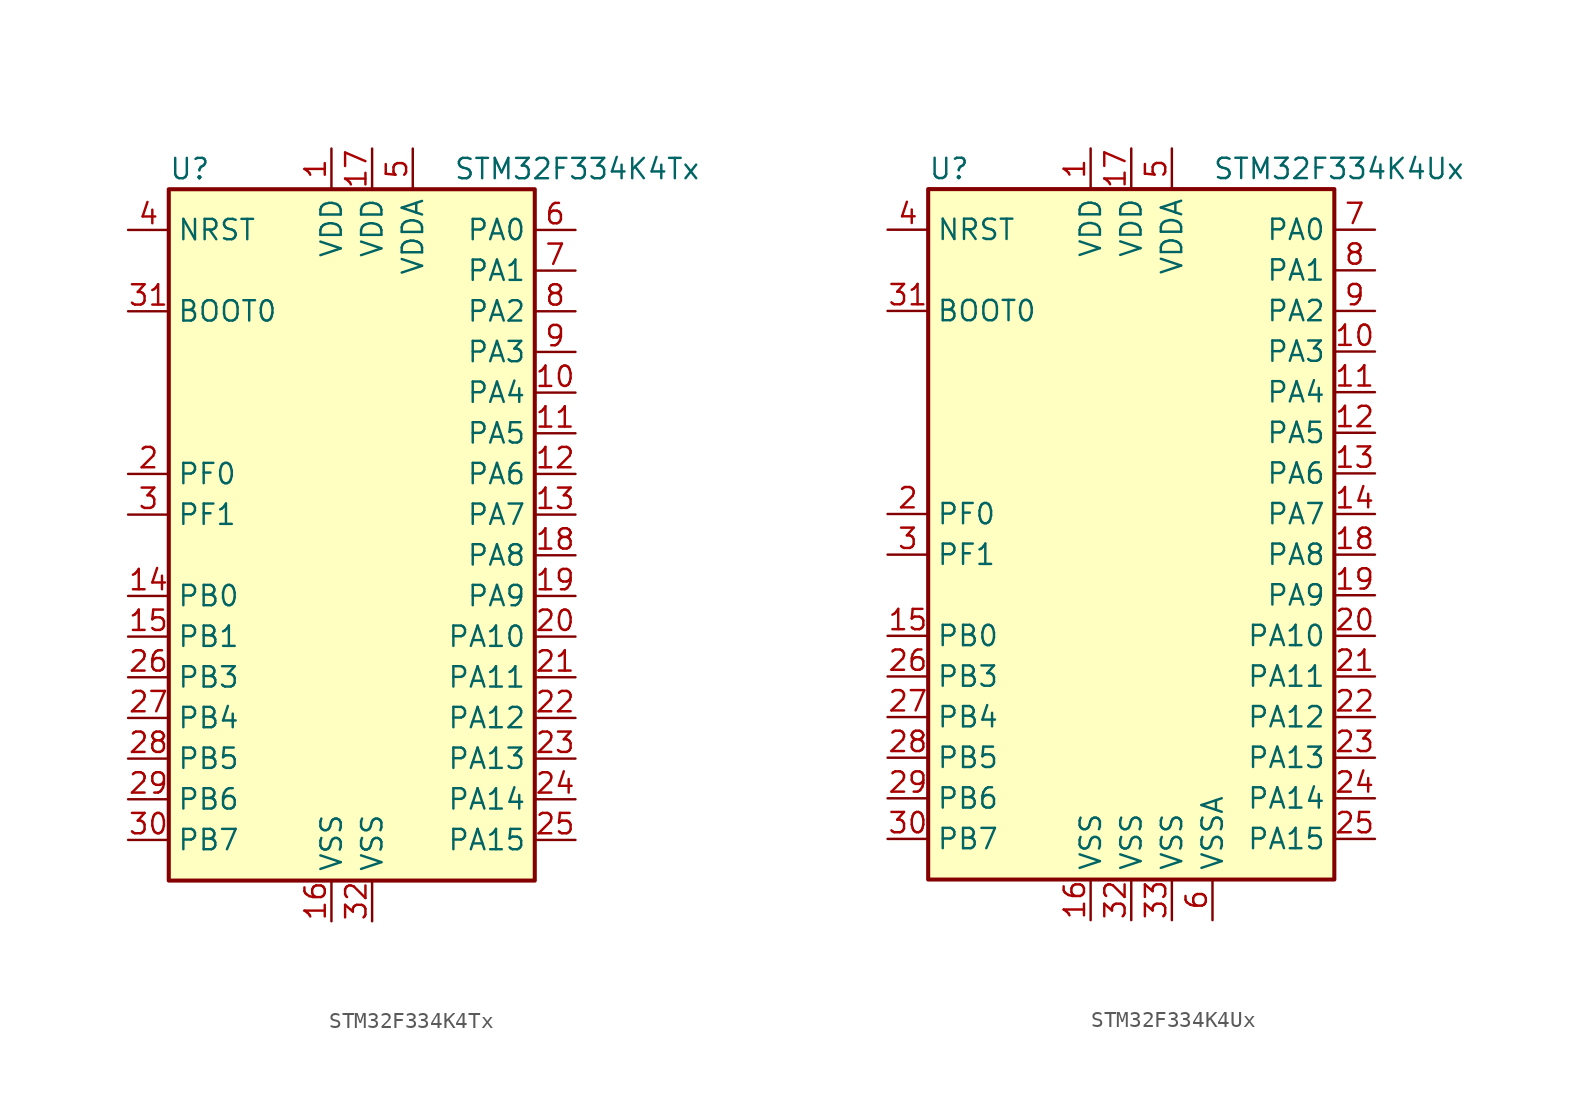
<source format=kicad_sym>
(kicad_symbol_lib
  (version 20201005)
  (generator kicad_symbol_editor)
  (symbol "STM32F334K4Tx"
    (property "Reference" "U"
      (at -12.7 21.59 0)
      (effects (font (size 1.27 1.27)) (justify left)))
    (property "Value" "STM32F334K4Tx"
      (at 5.08 21.59 0)
      (effects (font (size 1.27 1.27)) (justify left)))
    (symbol "STM32F334K4Tx_0_1"
      (rectangle (start -12.7 -22.86) (end 10.16 20.32) (stroke (width 0.254)) (fill (type background))))
    (symbol "STM32F334K4Tx_1_1"
      (pin input line (at -15.24 12.7 0) (length 2.54) (name "BOOT0" (effects (font (size 1.27 1.27)))) (number "31" (effects (font (size 1.27 1.27)))))
      (pin input line (at -15.24 17.78 0) (length 2.54) (name "NRST" (effects (font (size 1.27 1.27)))) (number "4" (effects (font (size 1.27 1.27)))))
      (pin bidirectional line (at 12.7 17.78 180) (length 2.54) (name "PA0" (effects (font (size 1.27 1.27)))) (number "6" (effects (font (size 1.27 1.27)))))
      (pin bidirectional line (at 12.7 15.24 180) (length 2.54) (name "PA1" (effects (font (size 1.27 1.27)))) (number "7" (effects (font (size 1.27 1.27)))))
      (pin bidirectional line (at 12.7 -7.62 180) (length 2.54) (name "PA10" (effects (font (size 1.27 1.27)))) (number "20" (effects (font (size 1.27 1.27)))))
      (pin bidirectional line (at 12.7 -10.16 180) (length 2.54) (name "PA11" (effects (font (size 1.27 1.27)))) (number "21" (effects (font (size 1.27 1.27)))))
      (pin bidirectional line (at 12.7 -12.7 180) (length 2.54) (name "PA12" (effects (font (size 1.27 1.27)))) (number "22" (effects (font (size 1.27 1.27)))))
      (pin bidirectional line (at 12.7 -15.24 180) (length 2.54) (name "PA13" (effects (font (size 1.27 1.27)))) (number "23" (effects (font (size 1.27 1.27)))))
      (pin bidirectional line (at 12.7 -17.78 180) (length 2.54) (name "PA14" (effects (font (size 1.27 1.27)))) (number "24" (effects (font (size 1.27 1.27)))))
      (pin bidirectional line (at 12.7 -20.32 180) (length 2.54) (name "PA15" (effects (font (size 1.27 1.27)))) (number "25" (effects (font (size 1.27 1.27)))))
      (pin bidirectional line (at 12.7 12.7 180) (length 2.54) (name "PA2" (effects (font (size 1.27 1.27)))) (number "8" (effects (font (size 1.27 1.27)))))
      (pin bidirectional line (at 12.7 10.16 180) (length 2.54) (name "PA3" (effects (font (size 1.27 1.27)))) (number "9" (effects (font (size 1.27 1.27)))))
      (pin bidirectional line (at 12.7 7.62 180) (length 2.54) (name "PA4" (effects (font (size 1.27 1.27)))) (number "10" (effects (font (size 1.27 1.27)))))
      (pin bidirectional line (at 12.7 5.08 180) (length 2.54) (name "PA5" (effects (font (size 1.27 1.27)))) (number "11" (effects (font (size 1.27 1.27)))))
      (pin bidirectional line (at 12.7 2.54 180) (length 2.54) (name "PA6" (effects (font (size 1.27 1.27)))) (number "12" (effects (font (size 1.27 1.27)))))
      (pin bidirectional line (at 12.7 0 180) (length 2.54) (name "PA7" (effects (font (size 1.27 1.27)))) (number "13" (effects (font (size 1.27 1.27)))))
      (pin bidirectional line (at 12.7 -2.54 180) (length 2.54) (name "PA8" (effects (font (size 1.27 1.27)))) (number "18" (effects (font (size 1.27 1.27)))))
      (pin bidirectional line (at 12.7 -5.08 180) (length 2.54) (name "PA9" (effects (font (size 1.27 1.27)))) (number "19" (effects (font (size 1.27 1.27)))))
      (pin bidirectional line (at -15.24 -5.08 0) (length 2.54) (name "PB0" (effects (font (size 1.27 1.27)))) (number "14" (effects (font (size 1.27 1.27)))))
      (pin bidirectional line (at -15.24 -7.62 0) (length 2.54) (name "PB1" (effects (font (size 1.27 1.27)))) (number "15" (effects (font (size 1.27 1.27)))))
      (pin bidirectional line (at -15.24 -10.16 0) (length 2.54) (name "PB3" (effects (font (size 1.27 1.27)))) (number "26" (effects (font (size 1.27 1.27)))))
      (pin bidirectional line (at -15.24 -12.7 0) (length 2.54) (name "PB4" (effects (font (size 1.27 1.27)))) (number "27" (effects (font (size 1.27 1.27)))))
      (pin bidirectional line (at -15.24 -15.24 0) (length 2.54) (name "PB5" (effects (font (size 1.27 1.27)))) (number "28" (effects (font (size 1.27 1.27)))))
      (pin bidirectional line (at -15.24 -17.78 0) (length 2.54) (name "PB6" (effects (font (size 1.27 1.27)))) (number "29" (effects (font (size 1.27 1.27)))))
      (pin bidirectional line (at -15.24 -20.32 0) (length 2.54) (name "PB7" (effects (font (size 1.27 1.27)))) (number "30" (effects (font (size 1.27 1.27)))))
      (pin input line (at -15.24 2.54 0) (length 2.54) (name "PF0" (effects (font (size 1.27 1.27)))) (number "2" (effects (font (size 1.27 1.27)))))
      (pin input line (at -15.24 0 0) (length 2.54) (name "PF1" (effects (font (size 1.27 1.27)))) (number "3" (effects (font (size 1.27 1.27)))))
      (pin power_in line (at -2.54 22.86 270) (length 2.54) (name "VDD" (effects (font (size 1.27 1.27)))) (number "1" (effects (font (size 1.27 1.27)))))
      (pin power_in line (at 0 22.86 270) (length 2.54) (name "VDD" (effects (font (size 1.27 1.27)))) (number "17" (effects (font (size 1.27 1.27)))))
      (pin power_in line (at 2.54 22.86 270) (length 2.54) (name "VDDA" (effects (font (size 1.27 1.27)))) (number "5" (effects (font (size 1.27 1.27)))))
      (pin power_in line (at -2.54 -25.4 90) (length 2.54) (name "VSS" (effects (font (size 1.27 1.27)))) (number "16" (effects (font (size 1.27 1.27)))))
      (pin power_in line (at 0 -25.4 90) (length 2.54) (name "VSS" (effects (font (size 1.27 1.27)))) (number "32" (effects (font (size 1.27 1.27)))))))
  (symbol "STM32F334K4Ux"
    (property "Reference" "U"
      (at -12.7 21.59 0)
      (effects (font (size 1.27 1.27)) (justify left)))
    (property "Value" "STM32F334K4Ux"
      (at 5.08 21.59 0)
      (effects (font (size 1.27 1.27)) (justify left)))
    (symbol "STM32F334K4Ux_0_1"
      (rectangle (start -12.7 -22.86) (end 12.7 20.32) (stroke (width 0.254)) (fill (type background))))
    (symbol "STM32F334K4Ux_1_1"
      (pin input line (at -15.24 12.7 0) (length 2.54) (name "BOOT0" (effects (font (size 1.27 1.27)))) (number "31" (effects (font (size 1.27 1.27)))))
      (pin input line (at -15.24 17.78 0) (length 2.54) (name "NRST" (effects (font (size 1.27 1.27)))) (number "4" (effects (font (size 1.27 1.27)))))
      (pin bidirectional line (at 15.24 17.78 180) (length 2.54) (name "PA0" (effects (font (size 1.27 1.27)))) (number "7" (effects (font (size 1.27 1.27)))))
      (pin bidirectional line (at 15.24 15.24 180) (length 2.54) (name "PA1" (effects (font (size 1.27 1.27)))) (number "8" (effects (font (size 1.27 1.27)))))
      (pin bidirectional line (at 15.24 -7.62 180) (length 2.54) (name "PA10" (effects (font (size 1.27 1.27)))) (number "20" (effects (font (size 1.27 1.27)))))
      (pin bidirectional line (at 15.24 -10.16 180) (length 2.54) (name "PA11" (effects (font (size 1.27 1.27)))) (number "21" (effects (font (size 1.27 1.27)))))
      (pin bidirectional line (at 15.24 -12.7 180) (length 2.54) (name "PA12" (effects (font (size 1.27 1.27)))) (number "22" (effects (font (size 1.27 1.27)))))
      (pin bidirectional line (at 15.24 -15.24 180) (length 2.54) (name "PA13" (effects (font (size 1.27 1.27)))) (number "23" (effects (font (size 1.27 1.27)))))
      (pin bidirectional line (at 15.24 -17.78 180) (length 2.54) (name "PA14" (effects (font (size 1.27 1.27)))) (number "24" (effects (font (size 1.27 1.27)))))
      (pin bidirectional line (at 15.24 -20.32 180) (length 2.54) (name "PA15" (effects (font (size 1.27 1.27)))) (number "25" (effects (font (size 1.27 1.27)))))
      (pin bidirectional line (at 15.24 12.7 180) (length 2.54) (name "PA2" (effects (font (size 1.27 1.27)))) (number "9" (effects (font (size 1.27 1.27)))))
      (pin bidirectional line (at 15.24 10.16 180) (length 2.54) (name "PA3" (effects (font (size 1.27 1.27)))) (number "10" (effects (font (size 1.27 1.27)))))
      (pin bidirectional line (at 15.24 7.62 180) (length 2.54) (name "PA4" (effects (font (size 1.27 1.27)))) (number "11" (effects (font (size 1.27 1.27)))))
      (pin bidirectional line (at 15.24 5.08 180) (length 2.54) (name "PA5" (effects (font (size 1.27 1.27)))) (number "12" (effects (font (size 1.27 1.27)))))
      (pin bidirectional line (at 15.24 2.54 180) (length 2.54) (name "PA6" (effects (font (size 1.27 1.27)))) (number "13" (effects (font (size 1.27 1.27)))))
      (pin bidirectional line (at 15.24 0 180) (length 2.54) (name "PA7" (effects (font (size 1.27 1.27)))) (number "14" (effects (font (size 1.27 1.27)))))
      (pin bidirectional line (at 15.24 -2.54 180) (length 2.54) (name "PA8" (effects (font (size 1.27 1.27)))) (number "18" (effects (font (size 1.27 1.27)))))
      (pin bidirectional line (at 15.24 -5.08 180) (length 2.54) (name "PA9" (effects (font (size 1.27 1.27)))) (number "19" (effects (font (size 1.27 1.27)))))
      (pin bidirectional line (at -15.24 -7.62 0) (length 2.54) (name "PB0" (effects (font (size 1.27 1.27)))) (number "15" (effects (font (size 1.27 1.27)))))
      (pin bidirectional line (at -15.24 -10.16 0) (length 2.54) (name "PB3" (effects (font (size 1.27 1.27)))) (number "26" (effects (font (size 1.27 1.27)))))
      (pin bidirectional line (at -15.24 -12.7 0) (length 2.54) (name "PB4" (effects (font (size 1.27 1.27)))) (number "27" (effects (font (size 1.27 1.27)))))
      (pin bidirectional line (at -15.24 -15.24 0) (length 2.54) (name "PB5" (effects (font (size 1.27 1.27)))) (number "28" (effects (font (size 1.27 1.27)))))
      (pin bidirectional line (at -15.24 -17.78 0) (length 2.54) (name "PB6" (effects (font (size 1.27 1.27)))) (number "29" (effects (font (size 1.27 1.27)))))
      (pin bidirectional line (at -15.24 -20.32 0) (length 2.54) (name "PB7" (effects (font (size 1.27 1.27)))) (number "30" (effects (font (size 1.27 1.27)))))
      (pin input line (at -15.24 0 0) (length 2.54) (name "PF0" (effects (font (size 1.27 1.27)))) (number "2" (effects (font (size 1.27 1.27)))))
      (pin input line (at -15.24 -2.54 0) (length 2.54) (name "PF1" (effects (font (size 1.27 1.27)))) (number "3" (effects (font (size 1.27 1.27)))))
      (pin power_in line (at -2.54 22.86 270) (length 2.54) (name "VDD" (effects (font (size 1.27 1.27)))) (number "1" (effects (font (size 1.27 1.27)))))
      (pin power_in line (at 0 22.86 270) (length 2.54) (name "VDD" (effects (font (size 1.27 1.27)))) (number "17" (effects (font (size 1.27 1.27)))))
      (pin power_in line (at 2.54 22.86 270) (length 2.54) (name "VDDA" (effects (font (size 1.27 1.27)))) (number "5" (effects (font (size 1.27 1.27)))))
      (pin power_in line (at -2.54 -25.4 90) (length 2.54) (name "VSS" (effects (font (size 1.27 1.27)))) (number "16" (effects (font (size 1.27 1.27)))))
      (pin power_in line (at 0 -25.4 90) (length 2.54) (name "VSS" (effects (font (size 1.27 1.27)))) (number "32" (effects (font (size 1.27 1.27)))))
      (pin power_in line (at 2.54 -25.4 90) (length 2.54) (name "VSS" (effects (font (size 1.27 1.27)))) (number "33" (effects (font (size 1.27 1.27)))))
      (pin power_in line (at 5.08 -25.4 90) (length 2.54) (name "VSSA" (effects (font (size 1.27 1.27)))) (number "6" (effects (font (size 1.27 1.27))))))))
</source>
